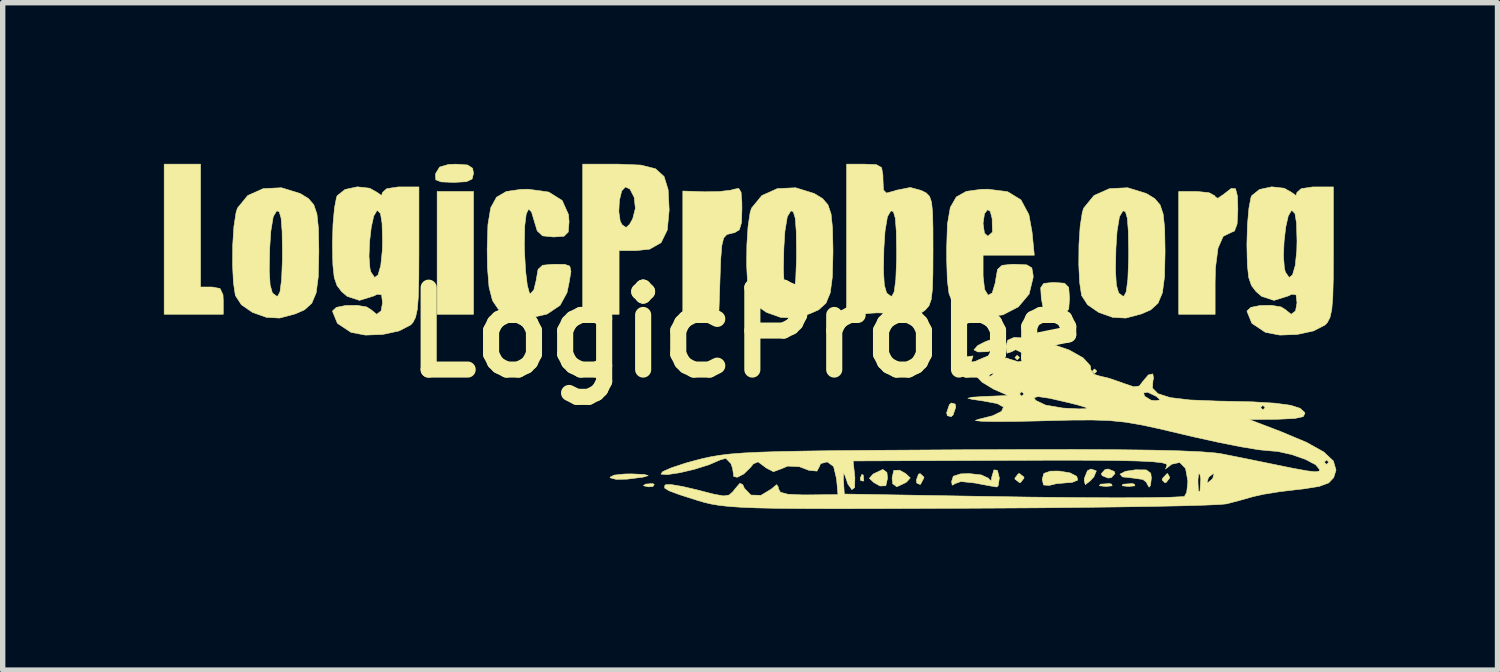
<source format=kicad_pcb>
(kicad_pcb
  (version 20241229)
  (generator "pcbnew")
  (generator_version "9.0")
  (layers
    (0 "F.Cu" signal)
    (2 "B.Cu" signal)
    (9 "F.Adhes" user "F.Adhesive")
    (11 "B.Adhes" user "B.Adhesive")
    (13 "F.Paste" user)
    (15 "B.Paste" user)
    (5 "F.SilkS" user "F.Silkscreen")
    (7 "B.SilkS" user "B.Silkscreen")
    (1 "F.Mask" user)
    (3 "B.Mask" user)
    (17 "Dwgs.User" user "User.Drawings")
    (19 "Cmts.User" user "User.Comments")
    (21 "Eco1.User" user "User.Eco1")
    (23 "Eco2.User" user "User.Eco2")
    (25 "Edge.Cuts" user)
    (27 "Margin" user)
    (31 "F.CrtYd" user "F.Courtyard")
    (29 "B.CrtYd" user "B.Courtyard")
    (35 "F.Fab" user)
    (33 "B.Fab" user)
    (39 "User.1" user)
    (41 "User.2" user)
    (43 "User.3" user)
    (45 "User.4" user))
  (footprint "LogicProbe"
    (layer "F.Cu")
    (at 10.842 3.138)
    (property "Reference" "LogicProbe" (at 0 0 0) (layer "F.SilkS") (effects (font (size 1.524 1.524) (thickness 0.3))))
    (attr through_hole)
    (fp_poly (pts (xy -5.08 -0.339) (xy -5.757 -0.339) (xy -5.757 -2.625) (xy -5.08 -2.625) (xy -5.08 -0.339)) (stroke (width 0.01) (type solid)) (fill yes) (layer "F.SilkS"))
    (fp_poly (pts (xy 5.08 0.466) (xy 5.038 0.508) (xy 4.995 0.466) (xy 5.038 0.423) (xy 5.08 0.466)) (stroke (width 0.01) (type solid)) (fill yes) (layer "F.SilkS"))
    (fp_poly (pts (xy 6.519 0.72) (xy 6.477 0.762) (xy 6.435 0.72) (xy 6.477 0.677) (xy 6.519 0.72)) (stroke (width 0.01) (type solid)) (fill yes) (layer "F.SilkS"))
    (fp_poly (pts (xy -1.716 2.828) (xy -1.742 2.866) (xy -1.827 2.872) (xy -1.918 2.851) (xy -1.879 2.821) (xy -1.746 2.811) (xy -1.716 2.828)) (stroke (width 0.01) (type solid)) (fill yes) (layer "F.SilkS"))
    (fp_poly (pts (xy 2.173 2.653) (xy 2.183 2.753) (xy 2.173 2.766) (xy 2.123 2.754) (xy 2.117 2.709) (xy 2.148 2.64) (xy 2.173 2.653)) (stroke (width 0.01) (type solid)) (fill yes) (layer "F.SilkS"))
    (fp_poly (pts (xy 6.795 2.823) (xy 6.805 2.853) (xy 6.689 2.865) (xy 6.568 2.852) (xy 6.583 2.823) (xy 6.756 2.811) (xy 6.795 2.823)) (stroke (width 0.01) (type solid)) (fill yes) (layer "F.SilkS"))
    (fp_poly (pts (xy 7.218 2.823) (xy 7.228 2.853) (xy 7.112 2.865) (xy 6.992 2.852) (xy 7.006 2.823) (xy 7.18 2.811) (xy 7.218 2.823)) (stroke (width 0.01) (type solid)) (fill yes) (layer "F.SilkS"))
    (fp_poly (pts (xy 3.301 2.689) (xy 3.302 2.704) (xy 3.241 2.821) (xy 3.231 2.828) (xy 3.17 2.802) (xy 3.161 2.748) (xy 3.2 2.638) (xy 3.231 2.625) (xy 3.301 2.689)) (stroke (width 0.01) (type solid)) (fill yes) (layer "F.SilkS"))
    (fp_poly (pts (xy 3.883 1.331) (xy 3.895 1.387) (xy 3.845 1.533) (xy 3.81 1.566) (xy 3.737 1.548) (xy 3.725 1.492) (xy 3.775 1.345) (xy 3.81 1.312) (xy 3.883 1.331)) (stroke (width 0.01) (type solid)) (fill yes) (layer "F.SilkS"))
    (fp_poly (pts (xy 5.162 2.689) (xy 5.165 2.709) (xy 5.1 2.792) (xy 5.08 2.794) (xy 4.998 2.73) (xy 4.995 2.709) (xy 5.06 2.627) (xy 5.08 2.625) (xy 5.162 2.689)) (stroke (width 0.01) (type solid)) (fill yes) (layer "F.SilkS"))
    (fp_poly (pts (xy 6.511 2.575) (xy 6.465 2.685) (xy 6.398 2.759) (xy 6.305 2.831) (xy 6.286 2.757) (xy 6.289 2.71) (xy 6.345 2.572) (xy 6.41 2.54) (xy 6.511 2.575)) (stroke (width 0.01) (type solid)) (fill yes) (layer "F.SilkS"))
    (fp_poly (pts (xy 6.844 2.586) (xy 6.858 2.625) (xy 6.789 2.7) (xy 6.731 2.709) (xy 6.618 2.664) (xy 6.604 2.625) (xy 6.673 2.55) (xy 6.731 2.54) (xy 6.844 2.586)) (stroke (width 0.01) (type solid)) (fill yes) (layer "F.SilkS"))
    (fp_poly (pts (xy 7.873 2.69) (xy 7.874 2.709) (xy 7.809 2.791) (xy 7.784 2.794) (xy 7.734 2.742) (xy 7.747 2.709) (xy 7.823 2.629) (xy 7.837 2.625) (xy 7.873 2.69)) (stroke (width 0.01) (type solid)) (fill yes) (layer "F.SilkS"))
    (fp_poly (pts (xy -10.16 -0.847) (xy -9.948 -0.847) (xy -9.797 -0.819) (xy -9.742 -0.703) (xy -9.737 -0.593) (xy -9.737 -0.339) (xy -10.837 -0.339) (xy -10.837 -3.133) (xy -10.16 -3.133) (xy -10.16 -0.847)) (stroke (width 0.01) (type solid)) (fill yes) (layer "F.SilkS"))
    (fp_poly (pts (xy 2.613 2.604) (xy 2.625 2.709) (xy 2.593 2.852) (xy 2.485 2.856) (xy 2.371 2.793) (xy 2.286 2.713) (xy 2.354 2.637) (xy 2.371 2.626) (xy 2.537 2.548) (xy 2.613 2.604)) (stroke (width 0.01) (type solid)) (fill yes) (layer "F.SilkS"))
    (fp_poly (pts (xy 2.963 2.626) (xy 3.048 2.706) (xy 2.98 2.781) (xy 2.963 2.793) (xy 2.797 2.871) (xy 2.721 2.814) (xy 2.709 2.709) (xy 2.741 2.566) (xy 2.849 2.562) (xy 2.963 2.626)) (stroke (width 0.01) (type solid)) (fill yes) (layer "F.SilkS"))
    (fp_poly (pts (xy -1.9 2.642) (xy -1.829 2.663) (xy -1.923 2.691) (xy -2.18 2.724) (xy -2.223 2.729) (xy -2.426 2.733) (xy -2.534 2.704) (xy -2.54 2.692) (xy -2.464 2.654) (xy -2.271 2.633) (xy -2.138 2.631) (xy -1.9 2.642)) (stroke (width 0.01) (type solid)) (fill yes) (layer "F.SilkS"))
    (fp_poly (pts (xy 4.723 0.102) (xy 4.741 0.177) (xy 4.741 0.202) (xy 4.667 0.297) (xy 4.487 0.357) (xy 4.31 0.362) (xy 4.233 0.324) (xy 4.233 0.322) (xy 4.303 0.242) (xy 4.451 0.167) (xy 4.642 0.1) (xy 4.723 0.102)) (stroke (width 0.01) (type solid)) (fill yes) (layer "F.SilkS"))
    (fp_poly (pts (xy 6.021 2.612) (xy 6.146 2.677) (xy 6.165 2.746) (xy 6.059 2.79) (xy 5.983 2.794) (xy 5.762 2.814) (xy 5.637 2.845) (xy 5.528 2.838) (xy 5.503 2.732) (xy 5.534 2.622) (xy 5.656 2.58) (xy 5.815 2.578) (xy 6.021 2.612)) (stroke (width 0.01) (type solid)) (fill yes) (layer "F.SilkS"))
    (fp_poly (pts (xy -5.191 -3.118) (xy -5.097 -3.057) (xy -5.08 -2.963) (xy -5.106 -2.857) (xy -5.211 -2.807) (xy -5.44 -2.794) (xy -5.453 -2.794) (xy -5.682 -2.803) (xy -5.782 -2.842) (xy -5.789 -2.933) (xy -5.782 -2.963) (xy -5.711 -3.079) (xy -5.548 -3.127) (xy -5.409 -3.133) (xy -5.191 -3.118)) (stroke (width 0.01) (type solid)) (fill yes) (layer "F.SilkS"))
    (fp_poly (pts (xy 5.919 -0.917) (xy 5.996 -0.84) (xy 6.011 -0.647) (xy 6.011 -0.635) (xy 5.997 -0.436) (xy 5.925 -0.354) (xy 5.767 -0.339) (xy 5.599 -0.36) (xy 5.52 -0.457) (xy 5.487 -0.635) (xy 5.475 -0.833) (xy 5.531 -0.914) (xy 5.697 -0.931) (xy 5.732 -0.931) (xy 5.919 -0.917)) (stroke (width 0.01) (type solid)) (fill yes) (layer "F.SilkS"))
    (fp_poly (pts (xy 7.441 2.557) (xy 7.523 2.618) (xy 7.535 2.707) (xy 7.518 2.846) (xy 7.493 2.879) (xy 7.452 2.813) (xy 7.451 2.794) (xy 7.377 2.735) (xy 7.2 2.709) (xy 7.197 2.709) (xy 6.997 2.687) (xy 6.951 2.636) (xy 7.052 2.583) (xy 7.239 2.555) (xy 7.441 2.557)) (stroke (width 0.01) (type solid)) (fill yes) (layer "F.SilkS"))
    (fp_poly (pts (xy -0.101 -2.612) (xy -0.086 -2.422) (xy -0.085 -2.301) (xy -0.093 -2.045) (xy -0.133 -1.912) (xy -0.221 -1.858) (xy -0.275 -1.847) (xy -0.367 -1.823) (xy -0.425 -1.759) (xy -0.459 -1.62) (xy -0.479 -1.374) (xy -0.49 -1.079) (xy -0.515 -0.339) (xy -1.185 -0.339) (xy -1.185 -2.633) (xy -0.783 -2.619) (xy -0.51 -2.623) (xy -0.291 -2.649) (xy -0.233 -2.666) (xy -0.145 -2.682) (xy -0.101 -2.612)) (stroke (width 0.01) (type solid)) (fill yes) (layer "F.SilkS"))
    (fp_poly (pts (xy 9.101 -2.676) (xy 9.137 -2.536) (xy 9.144 -2.286) (xy 9.13 -2.018) (xy 9.081 -1.888) (xy 9.02 -1.863) (xy 8.872 -1.791) (xy 8.775 -1.572) (xy 8.727 -1.2) (xy 8.721 -0.937) (xy 8.721 -0.339) (xy 8.043 -0.339) (xy 8.043 -2.625) (xy 8.382 -2.625) (xy 8.607 -2.602) (xy 8.716 -2.544) (xy 8.721 -2.527) (xy 8.77 -2.497) (xy 8.876 -2.569) (xy 9.02 -2.681) (xy 9.101 -2.676)) (stroke (width 0.01) (type solid)) (fill yes) (layer "F.SilkS"))
    (fp_poly (pts (xy 4.67 2.565) (xy 4.705 2.706) (xy 4.705 2.709) (xy 4.686 2.845) (xy 4.66 2.875) (xy 4.556 2.858) (xy 4.349 2.82) (xy 4.258 2.802) (xy 3.99 2.773) (xy 3.867 2.817) (xy 3.862 2.827) (xy 3.828 2.841) (xy 3.817 2.773) (xy 3.849 2.674) (xy 3.984 2.631) (xy 4.142 2.625) (xy 4.368 2.65) (xy 4.504 2.712) (xy 4.516 2.731) (xy 4.553 2.76) (xy 4.565 2.688) (xy 4.605 2.556) (xy 4.67 2.565)) (stroke (width 0.01) (type solid)) (fill yes) (layer "F.SilkS"))
    (fp_poly (pts (xy -1.965 -3.116) (xy -1.693 -3.047) (xy -1.534 -2.903) (xy -1.458 -2.657) (xy -1.439 -2.284) (xy -1.439 -2.28) (xy -1.474 -1.908) (xy -1.59 -1.672) (xy -1.803 -1.551) (xy -2.06 -1.524) (xy -2.371 -1.524) (xy -2.371 -0.339) (xy -3.048 -0.339) (xy -3.048 -2.25) (xy -2.376 -2.25) (xy -2.35 -2.07) (xy -2.314 -2.004) (xy -2.241 -1.954) (xy -2.176 -2.012) (xy -2.118 -2.115) (xy -2.068 -2.31) (xy -2.09 -2.516) (xy -2.169 -2.669) (xy -2.253 -2.709) (xy -2.322 -2.636) (xy -2.365 -2.461) (xy -2.376 -2.25) (xy -3.048 -2.25) (xy -3.048 -3.133) (xy -2.375 -3.133) (xy -1.965 -3.116)) (stroke (width 0.01) (type solid)) (fill yes) (layer "F.SilkS"))
    (fp_poly (pts (xy -8.304 -2.586) (xy -8.303 -2.585) (xy -8.151 -2.492) (xy -8.052 -2.377) (xy -7.994 -2.205) (xy -7.966 -1.941) (xy -7.959 -1.548) (xy -7.959 -1.469) (xy -7.969 -1.037) (xy -8.008 -0.74) (xy -8.089 -0.546) (xy -8.224 -0.423) (xy -8.393 -0.348) (xy -8.688 -0.269) (xy -8.933 -0.282) (xy -9.195 -0.375) (xy -9.4 -0.517) (xy -9.512 -0.689) (xy -9.548 -0.932) (xy -9.559 -1.154) (xy -8.881 -1.154) (xy -8.865 -0.885) (xy -8.822 -0.735) (xy -8.748 -0.679) (xy -8.723 -0.677) (xy -8.681 -0.759) (xy -8.651 -0.989) (xy -8.637 -1.349) (xy -8.636 -1.489) (xy -8.642 -1.883) (xy -8.661 -2.129) (xy -8.696 -2.248) (xy -8.742 -2.265) (xy -8.807 -2.157) (xy -8.852 -1.885) (xy -8.873 -1.567) (xy -8.881 -1.154) (xy -9.559 -1.154) (xy -9.564 -1.266) (xy -9.561 -1.632) (xy -9.539 -1.973) (xy -9.499 -2.233) (xy -9.473 -2.315) (xy -9.282 -2.549) (xy -8.993 -2.678) (xy -8.653 -2.694) (xy -8.304 -2.586)) (stroke (width 0.01) (type solid)) (fill yes) (layer "F.SilkS"))
    (fp_poly (pts (xy 1.263 -2.586) (xy 1.264 -2.585) (xy 1.416 -2.492) (xy 1.516 -2.377) (xy 1.574 -2.205) (xy 1.601 -1.941) (xy 1.609 -1.548) (xy 1.609 -1.469) (xy 1.598 -1.037) (xy 1.559 -0.74) (xy 1.479 -0.546) (xy 1.343 -0.423) (xy 1.174 -0.348) (xy 0.88 -0.269) (xy 0.634 -0.282) (xy 0.372 -0.375) (xy 0.167 -0.517) (xy 0.056 -0.689) (xy 0.019 -0.932) (xy 0.008 -1.154) (xy 0.687 -1.154) (xy 0.702 -0.885) (xy 0.745 -0.735) (xy 0.82 -0.679) (xy 0.844 -0.677) (xy 0.887 -0.759) (xy 0.916 -0.989) (xy 0.93 -1.349) (xy 0.931 -1.489) (xy 0.926 -1.883) (xy 0.907 -2.129) (xy 0.871 -2.248) (xy 0.826 -2.265) (xy 0.76 -2.157) (xy 0.715 -1.885) (xy 0.695 -1.567) (xy 0.687 -1.154) (xy 0.008 -1.154) (xy 0.003 -1.266) (xy 0.007 -1.632) (xy 0.029 -1.973) (xy 0.068 -2.233) (xy 0.094 -2.315) (xy 0.286 -2.549) (xy 0.574 -2.678) (xy 0.915 -2.694) (xy 1.263 -2.586)) (stroke (width 0.01) (type solid)) (fill yes) (layer "F.SilkS"))
    (fp_poly (pts (xy 7.444 -2.586) (xy 7.445 -2.585) (xy 7.597 -2.492) (xy 7.696 -2.377) (xy 7.754 -2.205) (xy 7.782 -1.941) (xy 7.789 -1.548) (xy 7.789 -1.469) (xy 7.779 -1.037) (xy 7.74 -0.74) (xy 7.659 -0.546) (xy 7.524 -0.423) (xy 7.355 -0.348) (xy 7.06 -0.269) (xy 6.815 -0.282) (xy 6.553 -0.375) (xy 6.348 -0.517) (xy 6.236 -0.689) (xy 6.2 -0.932) (xy 6.189 -1.154) (xy 6.867 -1.154) (xy 6.883 -0.885) (xy 6.926 -0.735) (xy 7 -0.679) (xy 7.025 -0.677) (xy 7.067 -0.759) (xy 7.097 -0.989) (xy 7.111 -1.349) (xy 7.112 -1.489) (xy 7.106 -1.883) (xy 7.087 -2.129) (xy 7.052 -2.248) (xy 7.006 -2.265) (xy 6.941 -2.157) (xy 6.896 -1.885) (xy 6.875 -1.567) (xy 6.867 -1.154) (xy 6.189 -1.154) (xy 6.184 -1.266) (xy 6.187 -1.632) (xy 6.209 -1.973) (xy 6.249 -2.233) (xy 6.275 -2.315) (xy 6.466 -2.549) (xy 6.755 -2.678) (xy 7.095 -2.694) (xy 7.444 -2.586)) (stroke (width 0.01) (type solid)) (fill yes) (layer "F.SilkS"))
    (fp_poly (pts (xy -3.681 -2.614) (xy -3.43 -2.457) (xy -3.312 -2.194) (xy -3.302 -2.061) (xy -3.317 -1.87) (xy -3.395 -1.792) (xy -3.59 -1.778) (xy -3.592 -1.778) (xy -3.795 -1.799) (xy -3.894 -1.891) (xy -3.937 -2.032) (xy -4 -2.243) (xy -4.055 -2.297) (xy -4.099 -2.207) (xy -4.127 -1.985) (xy -4.134 -1.643) (xy -4.131 -1.503) (xy -4.111 -1.145) (xy -4.079 -0.879) (xy -4.04 -0.736) (xy -4.022 -0.72) (xy -3.957 -0.794) (xy -3.913 -0.974) (xy -3.91 -0.995) (xy -3.879 -1.174) (xy -3.795 -1.252) (xy -3.606 -1.27) (xy -3.559 -1.27) (xy -3.38 -1.268) (xy -3.288 -1.235) (xy -3.267 -1.134) (xy -3.302 -0.927) (xy -3.34 -0.742) (xy -3.469 -0.506) (xy -3.712 -0.343) (xy -4.024 -0.271) (xy -4.36 -0.305) (xy -4.461 -0.339) (xy -4.62 -0.436) (xy -4.727 -0.595) (xy -4.791 -0.845) (xy -4.821 -1.214) (xy -4.826 -1.548) (xy -4.812 -2.006) (xy -4.76 -2.321) (xy -4.651 -2.519) (xy -4.469 -2.625) (xy -4.197 -2.664) (xy -4.064 -2.667) (xy -3.681 -2.614)) (stroke (width 0.01) (type solid)) (fill yes) (layer "F.SilkS"))
    (fp_poly (pts (xy 2.418 -3.124) (xy 2.515 -3.068) (xy 2.539 -2.926) (xy 2.54 -2.844) (xy 2.549 -2.652) (xy 2.605 -2.595) (xy 2.753 -2.635) (xy 2.788 -2.648) (xy 3.049 -2.699) (xy 3.254 -2.643) (xy 3.346 -2.596) (xy 3.407 -2.533) (xy 3.444 -2.423) (xy 3.463 -2.236) (xy 3.47 -1.939) (xy 3.471 -1.531) (xy 3.469 -1.099) (xy 3.46 -0.805) (xy 3.438 -0.616) (xy 3.397 -0.5) (xy 3.333 -0.424) (xy 3.283 -0.386) (xy 3.071 -0.272) (xy 2.9 -0.28) (xy 2.81 -0.327) (xy 2.665 -0.361) (xy 2.422 -0.366) (xy 2.281 -0.357) (xy 1.863 -0.317) (xy 1.863 -1.154) (xy 2.549 -1.154) (xy 2.565 -0.885) (xy 2.608 -0.735) (xy 2.682 -0.679) (xy 2.707 -0.677) (xy 2.749 -0.759) (xy 2.779 -0.989) (xy 2.793 -1.349) (xy 2.794 -1.489) (xy 2.788 -1.883) (xy 2.769 -2.129) (xy 2.734 -2.248) (xy 2.688 -2.265) (xy 2.623 -2.157) (xy 2.578 -1.885) (xy 2.557 -1.567) (xy 2.549 -1.154) (xy 1.863 -1.154) (xy 1.863 -3.133) (xy 2.201 -3.133) (xy 2.418 -3.124)) (stroke (width 0.01) (type solid)) (fill yes) (layer "F.SilkS"))
    (fp_poly (pts (xy 4.86 -2.62) (xy 5.107 -2.469) (xy 5.255 -2.194) (xy 5.314 -1.87) (xy 5.356 -1.439) (xy 4.403 -1.439) (xy 4.403 -1.051) (xy 4.431 -0.801) (xy 4.496 -0.694) (xy 4.573 -0.736) (xy 4.632 -0.933) (xy 4.641 -1.001) (xy 4.672 -1.175) (xy 4.756 -1.251) (xy 4.944 -1.27) (xy 5.001 -1.27) (xy 5.216 -1.259) (xy 5.31 -1.203) (xy 5.334 -1.065) (xy 5.334 -1.021) (xy 5.259 -0.715) (xy 5.06 -0.478) (xy 4.773 -0.329) (xy 4.438 -0.288) (xy 4.098 -0.371) (xy 3.939 -0.456) (xy 3.833 -0.563) (xy 3.769 -0.725) (xy 3.737 -0.976) (xy 3.726 -1.348) (xy 3.725 -1.56) (xy 3.739 -2.015) (xy 3.741 -2.025) (xy 4.403 -2.025) (xy 4.428 -1.85) (xy 4.491 -1.793) (xy 4.494 -1.794) (xy 4.576 -1.867) (xy 4.578 -1.886) (xy 4.573 -2.014) (xy 4.572 -2.117) (xy 4.537 -2.254) (xy 4.487 -2.286) (xy 4.429 -2.212) (xy 4.403 -2.034) (xy 4.403 -2.025) (xy 3.741 -2.025) (xy 3.793 -2.328) (xy 3.905 -2.523) (xy 4.091 -2.627) (xy 4.37 -2.665) (xy 4.494 -2.667) (xy 4.86 -2.62)) (stroke (width 0.01) (type solid)) (fill yes) (layer "F.SilkS"))
    (fp_poly (pts (xy -7.011 -2.685) (xy -6.875 -2.608) (xy -6.791 -2.549) (xy -6.773 -2.608) (xy -6.695 -2.677) (xy -6.483 -2.709) (xy -6.435 -2.709) (xy -6.096 -2.709) (xy -6.096 -1.495) (xy -6.098 -1.009) (xy -6.107 -0.664) (xy -6.126 -0.43) (xy -6.159 -0.281) (xy -6.207 -0.187) (xy -6.25 -0.141) (xy -6.464 -0.03) (xy -6.769 0.036) (xy -7.091 0.048) (xy -7.356 -0.002) (xy -7.364 -0.005) (xy -7.613 -0.171) (xy -7.703 -0.392) (xy -7.703 -0.402) (xy -7.632 -0.468) (xy -7.458 -0.503) (xy -7.248 -0.506) (xy -7.067 -0.475) (xy -6.985 -0.423) (xy -6.882 -0.339) (xy -6.8 -0.402) (xy -6.773 -0.553) (xy -6.791 -0.702) (xy -6.87 -0.713) (xy -6.937 -0.68) (xy -7.202 -0.598) (xy -7.431 -0.673) (xy -7.535 -0.762) (xy -7.62 -0.873) (xy -7.672 -1.024) (xy -7.697 -1.257) (xy -7.701 -1.419) (xy -7.025 -1.419) (xy -7.008 -1.197) (xy -6.99 -1.126) (xy -6.92 -1.024) (xy -6.857 -1.071) (xy -6.806 -1.246) (xy -6.777 -1.529) (xy -6.773 -1.705) (xy -6.782 -2.033) (xy -6.811 -2.214) (xy -6.864 -2.268) (xy -6.879 -2.265) (xy -6.936 -2.17) (xy -6.983 -1.96) (xy -7.014 -1.691) (xy -7.025 -1.419) (xy -7.701 -1.419) (xy -7.705 -1.614) (xy -7.705 -1.657) (xy -7.695 -2.009) (xy -7.668 -2.312) (xy -7.63 -2.512) (xy -7.617 -2.546) (xy -7.471 -2.662) (xy -7.244 -2.711) (xy -7.011 -2.685)) (stroke (width 0.01) (type solid)) (fill yes) (layer "F.SilkS"))
    (fp_poly (pts (xy 10.007 -2.685) (xy 10.143 -2.608) (xy 10.227 -2.549) (xy 10.245 -2.608) (xy 10.323 -2.677) (xy 10.535 -2.709) (xy 10.583 -2.709) (xy 10.922 -2.709) (xy 10.922 -1.495) (xy 10.92 -1.009) (xy 10.911 -0.664) (xy 10.892 -0.43) (xy 10.859 -0.281) (xy 10.811 -0.187) (xy 10.768 -0.141) (xy 10.554 -0.03) (xy 10.249 0.036) (xy 9.927 0.048) (xy 9.662 -0.002) (xy 9.654 -0.005) (xy 9.405 -0.171) (xy 9.315 -0.392) (xy 9.315 -0.402) (xy 9.386 -0.468) (xy 9.56 -0.503) (xy 9.77 -0.506) (xy 9.951 -0.475) (xy 10.033 -0.423) (xy 10.136 -0.339) (xy 10.218 -0.402) (xy 10.245 -0.553) (xy 10.227 -0.702) (xy 10.148 -0.713) (xy 10.081 -0.68) (xy 9.816 -0.598) (xy 9.587 -0.673) (xy 9.483 -0.762) (xy 9.398 -0.873) (xy 9.346 -1.024) (xy 9.321 -1.257) (xy 9.317 -1.419) (xy 9.993 -1.419) (xy 10.01 -1.197) (xy 10.028 -1.126) (xy 10.098 -1.024) (xy 10.161 -1.071) (xy 10.212 -1.246) (xy 10.241 -1.529) (xy 10.245 -1.705) (xy 10.236 -2.033) (xy 10.207 -2.214) (xy 10.154 -2.268) (xy 10.139 -2.265) (xy 10.082 -2.17) (xy 10.035 -1.96) (xy 10.004 -1.691) (xy 9.993 -1.419) (xy 9.317 -1.419) (xy 9.313 -1.614) (xy 9.313 -1.657) (xy 9.323 -2.009) (xy 9.35 -2.312) (xy 9.388 -2.512) (xy 9.401 -2.546) (xy 9.547 -2.662) (xy 9.774 -2.711) (xy 10.007 -2.685)) (stroke (width 0.01) (type solid)) (fill yes) (layer "F.SilkS"))
    (fp_poly (pts (xy 5.207 0.104) (xy 5.563 0.182) (xy 5.66 0.207) (xy 6.008 0.327) (xy 6.264 0.471) (xy 6.399 0.619) (xy 6.41 0.698) (xy 6.466 0.777) (xy 6.562 0.807) (xy 6.756 0.854) (xy 6.998 0.938) (xy 7.012 0.944) (xy 7.207 1.01) (xy 7.31 0.996) (xy 7.376 0.91) (xy 7.478 0.79) (xy 7.561 0.77) (xy 7.576 0.856) (xy 7.564 0.893) (xy 7.555 1.034) (xy 7.657 1.138) (xy 7.885 1.211) (xy 8.252 1.255) (xy 8.772 1.276) (xy 8.848 1.277) (xy 9.417 1.29) (xy 9.836 1.315) (xy 10.125 1.354) (xy 10.302 1.41) (xy 10.386 1.486) (xy 10.393 1.503) (xy 10.361 1.565) (xy 10.201 1.6) (xy 9.892 1.614) (xy 9.892 1.614) (xy 9.356 1.619) (xy 9.95 1.846) (xy 10.424 2.045) (xy 10.743 2.223) (xy 10.922 2.391) (xy 10.971 2.56) (xy 10.927 2.701) (xy 10.834 2.799) (xy 10.658 2.864) (xy 10.36 2.911) (xy 10.266 2.921) (xy 9.929 2.961) (xy 9.624 3.01) (xy 9.44 3.051) (xy 9.158 3.13) (xy 8.932 3.189) (xy 8.801 3.201) (xy 8.517 3.213) (xy 8.097 3.225) (xy 7.557 3.236) (xy 6.915 3.246) (xy 6.187 3.255) (xy 5.39 3.263) (xy 4.54 3.268) (xy 4.149 3.27) (xy 3.154 3.274) (xy 2.314 3.277) (xy 1.613 3.278) (xy 1.037 3.276) (xy 0.569 3.272) (xy 0.195 3.264) (xy -0.1 3.252) (xy -0.331 3.236) (xy -0.513 3.216) (xy -0.661 3.191) (xy -0.791 3.16) (xy -0.917 3.123) (xy -0.931 3.118) (xy -1.254 3.015) (xy -1.442 2.945) (xy -1.522 2.895) (xy -1.522 2.851) (xy -1.505 2.832) (xy -1.406 2.829) (xy -1.191 2.865) (xy -0.905 2.932) (xy -0.9 2.934) (xy -0.603 3.01) (xy -0.425 3.041) (xy -0.322 3.024) (xy -0.25 2.959) (xy -0.219 2.917) (xy -0.123 2.806) (xy -0.07 2.83) (xy -0.039 2.9) (xy 0.083 3.025) (xy 0.269 3.03) (xy 0.46 2.915) (xy 0.561 2.831) (xy 0.592 2.875) (xy 0.593 2.904) (xy 0.632 2.973) (xy 0.771 3.01) (xy 1.039 3.022) (xy 1.147 3.022) (xy 1.702 3.016) (xy 1.676 2.722) (xy 1.674 2.714) (xy 1.803 2.714) (xy 1.805 2.752) (xy 1.82 3.006) (xy 4.318 3.048) (xy 5.291 3.063) (xy 6.143 3.072) (xy 6.864 3.076) (xy 7.445 3.074) (xy 7.877 3.066) (xy 8.149 3.053) (xy 8.149 3.053) (xy 8.192 2.975) (xy 8.212 2.794) (xy 8.402 2.794) (xy 8.41 2.948) (xy 8.432 2.966) (xy 8.44 2.942) (xy 8.45 2.788) (xy 8.572 2.788) (xy 8.584 2.794) (xy 8.661 2.734) (xy 8.678 2.709) (xy 8.7 2.63) (xy 8.688 2.625) (xy 8.611 2.684) (xy 8.594 2.709) (xy 8.572 2.788) (xy 8.45 2.788) (xy 8.454 2.727) (xy 8.44 2.646) (xy 8.416 2.619) (xy 8.402 2.737) (xy 8.402 2.794) (xy 8.212 2.794) (xy 8.212 2.791) (xy 8.213 2.761) (xy 8.171 2.529) (xy 8.062 2.418) (xy 7.912 2.451) (xy 7.872 2.483) (xy 7.799 2.539) (xy 7.825 2.475) (xy 7.812 2.445) (xy 7.726 2.422) (xy 7.554 2.404) (xy 7.282 2.391) (xy 6.896 2.382) (xy 6.381 2.377) (xy 5.725 2.376) (xy 4.935 2.379) (xy 1.984 2.39) (xy 2.017 2.698) (xy 2.013 2.885) (xy 1.961 2.924) (xy 1.886 2.818) (xy 1.835 2.667) (xy 1.808 2.611) (xy 1.803 2.714) (xy 1.674 2.714) (xy 1.621 2.493) (xy 1.503 2.407) (xy 1.379 2.44) (xy 1.355 2.498) (xy 1.311 2.579) (xy 1.164 2.565) (xy 0.984 2.497) (xy 0.767 2.486) (xy 0.658 2.532) (xy 0.502 2.59) (xy 0.359 2.516) (xy 0.339 2.498) (xy 0.215 2.407) (xy 0.128 2.444) (xy 0.072 2.513) (xy -0.049 2.631) (xy -0.171 2.694) (xy -0.24 2.678) (xy -0.241 2.646) (xy -0.26 2.522) (xy -0.29 2.438) (xy -0.384 2.341) (xy -0.494 2.372) (xy -0.7 2.461) (xy -0.969 2.545) (xy -1.245 2.61) (xy -1.473 2.644) (xy -1.592 2.635) (xy -1.56 2.589) (xy -1.395 2.517) (xy -1.128 2.429) (xy -0.991 2.391) (xy -0.829 2.349) (xy -0.671 2.314) (xy -0.5 2.285) (xy -0.301 2.261) (xy -0.057 2.242) (xy 0.246 2.227) (xy 0.627 2.215) (xy 1.099 2.206) (xy 1.68 2.198) (xy 2.386 2.192) (xy 3.232 2.187) (xy 4.022 2.182) (xy 5.134 2.178) (xy 6.086 2.177) (xy 6.886 2.181) (xy 7.541 2.189) (xy 8.06 2.202) (xy 8.451 2.219) (xy 8.724 2.241) (xy 8.848 2.259) (xy 9.215 2.332) (xy 9.594 2.409) (xy 9.779 2.447) (xy 10.176 2.528) (xy 10.436 2.575) (xy 10.586 2.592) (xy 10.654 2.581) (xy 10.668 2.554) (xy 10.593 2.461) (xy 10.502 2.413) (xy 10.753 2.413) (xy 10.795 2.455) (xy 10.837 2.413) (xy 10.795 2.371) (xy 10.753 2.413) (xy 10.502 2.413) (xy 10.403 2.361) (xy 10.15 2.272) (xy 9.886 2.213) (xy 9.736 2.201) (xy 9.536 2.182) (xy 9.21 2.128) (xy 8.798 2.047) (xy 8.34 1.946) (xy 8.157 1.903) (xy 7.704 1.796) (xy 7.348 1.719) (xy 7.048 1.668) (xy 6.759 1.639) (xy 6.438 1.628) (xy 6.042 1.63) (xy 5.527 1.643) (xy 5.424 1.646) (xy 4.971 1.655) (xy 4.614 1.657) (xy 4.371 1.651) (xy 4.26 1.639) (xy 4.299 1.62) (xy 4.581 1.549) (xy 4.747 1.467) (xy 4.782 1.387) (xy 4.668 1.324) (xy 4.648 1.319) (xy 4.407 1.274) (xy 4.191 1.242) (xy 4.12 1.223) (xy 4.165 1.213) (xy 5.35 1.213) (xy 5.381 1.263) (xy 5.566 1.351) (xy 5.889 1.406) (xy 6.181 1.421) (xy 6.322 1.418) (xy 6.328 1.398) (xy 6.325 1.397) (xy 9.567 1.397) (xy 9.61 1.439) (xy 9.652 1.397) (xy 9.61 1.355) (xy 9.567 1.397) (xy 6.325 1.397) (xy 6.186 1.354) (xy 6.011 1.309) (xy 5.643 1.224) (xy 5.426 1.192) (xy 5.35 1.213) (xy 4.165 1.213) (xy 4.206 1.204) (xy 4.403 1.191) (xy 4.868 1.172) (xy 4.803 1.143) (xy 5.08 1.143) (xy 5.122 1.185) (xy 5.165 1.143) (xy 5.145 1.123) (xy 7.391 1.123) (xy 7.408 1.185) (xy 7.529 1.259) (xy 7.604 1.269) (xy 7.699 1.255) (xy 7.637 1.196) (xy 7.62 1.185) (xy 7.465 1.111) (xy 7.391 1.123) (xy 5.145 1.123) (xy 5.122 1.101) (xy 5.08 1.143) (xy 4.803 1.143) (xy 4.597 1.053) (xy 4.383 0.923) (xy 4.238 0.77) (xy 4.234 0.763) (xy 4.115 0.628) (xy 4.024 0.593) (xy 3.879 0.543) (xy 3.871 0.425) (xy 3.954 0.327) (xy 4.055 0.257) (xy 4.058 0.31) (xy 4.042 0.356) (xy 4.031 0.458) (xy 4.125 0.447) (xy 4.216 0.436) (xy 4.195 0.502) (xy 4.174 0.567) (xy 4.268 0.534) (xy 4.302 0.516) (xy 4.516 0.427) (xy 4.608 0.45) (xy 4.576 0.584) (xy 4.568 0.6) (xy 4.512 0.754) (xy 4.52 0.823) (xy 4.579 0.789) (xy 4.653 0.643) (xy 4.738 0.489) (xy 4.844 0.474) (xy 4.889 0.493) (xy 5.064 0.546) (xy 5.172 0.517) (xy 5.173 0.425) (xy 5.141 0.383) (xy 5.01 0.319) (xy 4.932 0.358) (xy 4.849 0.385) (xy 4.826 0.264) (xy 4.861 0.144) (xy 4.98 0.091) (xy 5.207 0.104)) (stroke (width 0.01) (type solid)) (fill yes) (layer "F.SilkS")))
  (gr_rect
    (start -3 -3)
    (end 24.818 9.42)
    (stroke (width 0.1) (type default))
    (fill no)
    (layer "Edge.Cuts")))
</source>
